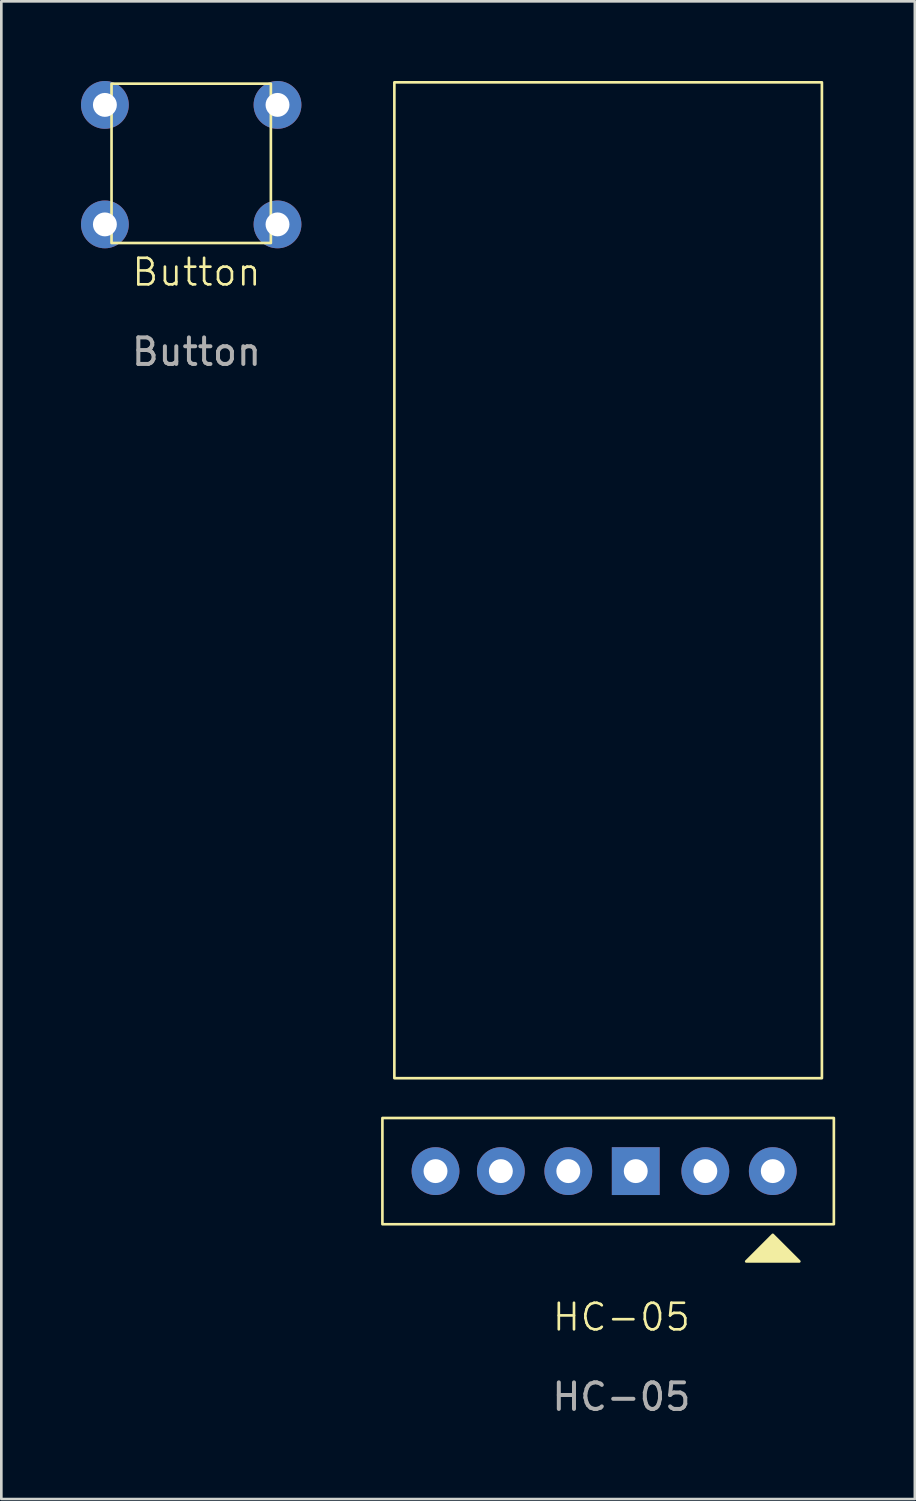
<source format=kicad_pcb>
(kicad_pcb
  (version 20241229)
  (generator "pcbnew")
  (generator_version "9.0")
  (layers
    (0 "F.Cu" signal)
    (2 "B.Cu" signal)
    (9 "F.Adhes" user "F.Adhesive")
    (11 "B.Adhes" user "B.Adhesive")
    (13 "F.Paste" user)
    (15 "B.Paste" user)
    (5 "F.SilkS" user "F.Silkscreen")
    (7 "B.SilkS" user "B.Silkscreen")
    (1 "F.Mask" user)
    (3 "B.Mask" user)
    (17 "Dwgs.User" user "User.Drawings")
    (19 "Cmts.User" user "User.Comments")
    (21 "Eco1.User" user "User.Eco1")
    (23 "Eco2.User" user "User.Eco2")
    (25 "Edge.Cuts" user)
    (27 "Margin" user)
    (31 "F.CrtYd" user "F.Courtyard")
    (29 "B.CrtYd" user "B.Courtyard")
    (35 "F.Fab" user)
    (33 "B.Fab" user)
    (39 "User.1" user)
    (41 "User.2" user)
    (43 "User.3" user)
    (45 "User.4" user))
  (footprint "HC-05"
    (layer "F.Cu")
    (at 20.35 47.05)
    (property "Reference" "HC-05" (at 0 -0.5 0) (unlocked yes) (layer "F.SilkS") (effects (font (size 1 1) (thickness 0.1))))
    (attr smd)
    (fp_rect (start -9 -8) (end 8 -4) (stroke (width 0.1) (type default)) (fill no) (layer "F.SilkS"))
    (fp_rect (start -8.55 -47) (end 7.55 -9.5) (stroke (width 0.1) (type solid)) (fill no) (layer "F.SilkS"))
    (fp_poly (pts (xy 4.7 -2.6) (xy 6.7 -2.6) (xy 5.7 -3.6)) (stroke (width 0.1) (type solid)) (fill yes) (layer "F.SilkS"))
    (fp_text user "${REFERENCE}" (at 0 2.5 0) (unlocked yes) (layer "F.Fab") (effects (font (size 1 1) (thickness 0.15))))
    (pad "1" thru_hole circle (at 5.7 -6) (size 1.8 1.8) (drill 0.9) (layers "*.Cu" "*.Mask"))
    (pad "2" thru_hole circle (at 3.16 -6) (size 1.8 1.8) (drill 0.9) (layers "*.Cu" "*.Mask"))
    (pad "3" thru_hole rect (at 0.54 -6) (size 1.8 1.8) (drill 0.9) (layers "*.Cu" "*.Mask"))
    (pad "4" thru_hole circle (at -2 -6) (size 1.8 1.8) (drill 0.9) (layers "*.Cu" "*.Mask"))
    (pad "5" thru_hole circle (at -4.54 -6) (size 1.8 1.8) (drill 0.9) (layers "*.Cu" "*.Mask"))
    (pad "6" thru_hole circle (at -7 -6) (size 1.8 1.8) (drill 0.9) (layers "*.Cu" "*.Mask")))
  (footprint "Button"
    (layer "F.Cu")
    (at 4.35 7.7)
    (property "Reference" "Button" (at 0 -0.5 0) (unlocked yes) (layer "F.SilkS") (effects (font (size 1 1) (thickness 0.1))))
    (attr smd)
    (fp_rect (start -3.2 -7.6) (end 2.8 -1.6) (stroke (width 0.1) (type solid)) (fill no) (layer "F.SilkS"))
    (fp_text user "${REFERENCE}" (at 0 2.5 0) (unlocked yes) (layer "F.Fab") (effects (font (size 1 1) (thickness 0.15))))
    (pad "1" thru_hole circle (at -3.45 -6.8) (size 1.8 1.8) (drill 0.9) (layers "*.Cu" "*.Mask"))
    (pad "2" thru_hole circle (at -3.45 -2.3) (size 1.8 1.8) (drill 0.9) (layers "*.Cu" "*.Mask"))
    (pad "3" thru_hole circle (at 3.05 -6.8) (size 1.8 1.8) (drill 0.9) (layers "*.Cu" "*.Mask"))
    (pad "4" thru_hole circle (at 3.05 -2.3) (size 1.8 1.8) (drill 0.9) (layers "*.Cu" "*.Mask")))
  (gr_rect
    (start -3 -3)
    (end 31.4 53.398)
    (stroke (width 0.1) (type default))
    (fill no)
    (layer "Edge.Cuts")))
</source>
